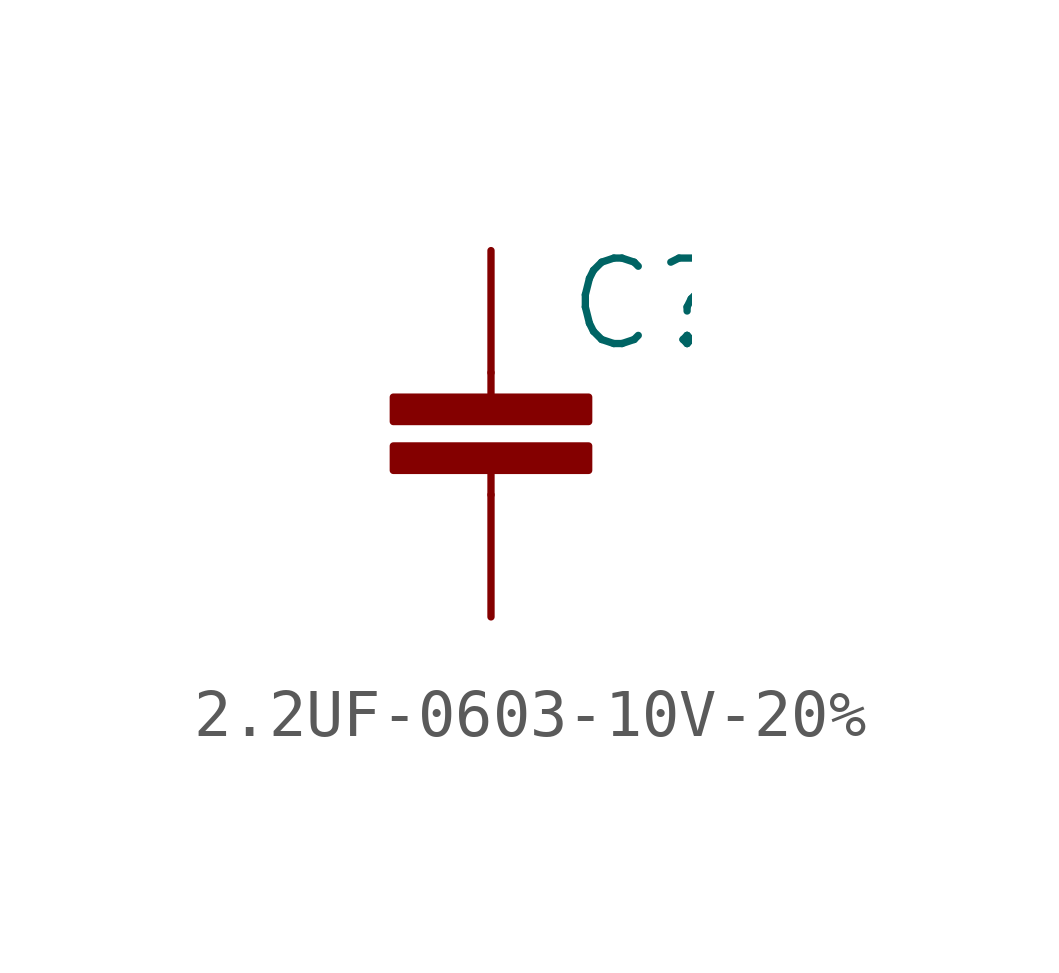
<source format=kicad_sym>
(kicad_symbol_lib
  (version 20241209)
  (generator "kicad_symbol_editor")
  (generator_version "9.0")
  (symbol "2.2UF-0603-10V-20%"
    (property "Reference" "C"
      (at 1.524 2.921 0)
      (effects (font (size 1.778 1.778)) (justify left bottom)))
    (property "Value" ""
      (at 1.524 -2.159 0)
      (effects (font (size 1.778 1.778)) (justify left bottom)))
    (property "ki_locked" ""
      (at 0 0 0)
      (effects (font (size 1.27 1.27))))
    (symbol "2.2UF-0603-10V-20%_1_0"
      (rectangle (start -2.032 1.524) (end 2.032 2.032) (stroke (width 0) (type default)) (fill (type outline)))
      (rectangle (start -2.032 0.508) (end 2.032 1.016) (stroke (width 0) (type default)) (fill (type outline)))
      (polyline (pts (xy 0 2.54) (xy 0 2.032)) (stroke (width 0.152) (type solid)) (fill (type none)))
      (polyline (pts (xy 0 0) (xy 0 0.508)) (stroke (width 0.152) (type solid)) (fill (type none)))
      (pin passive line (at 0 5.08 270) (length 2.54) (name "1" (effects (font (size 0 0)))) (number "1" (effects (font (size 0 0)))))
      (pin passive line (at 0 -2.54 90) (length 2.54) (name "2" (effects (font (size 0 0)))) (number "2" (effects (font (size 0 0))))))))
</source>
